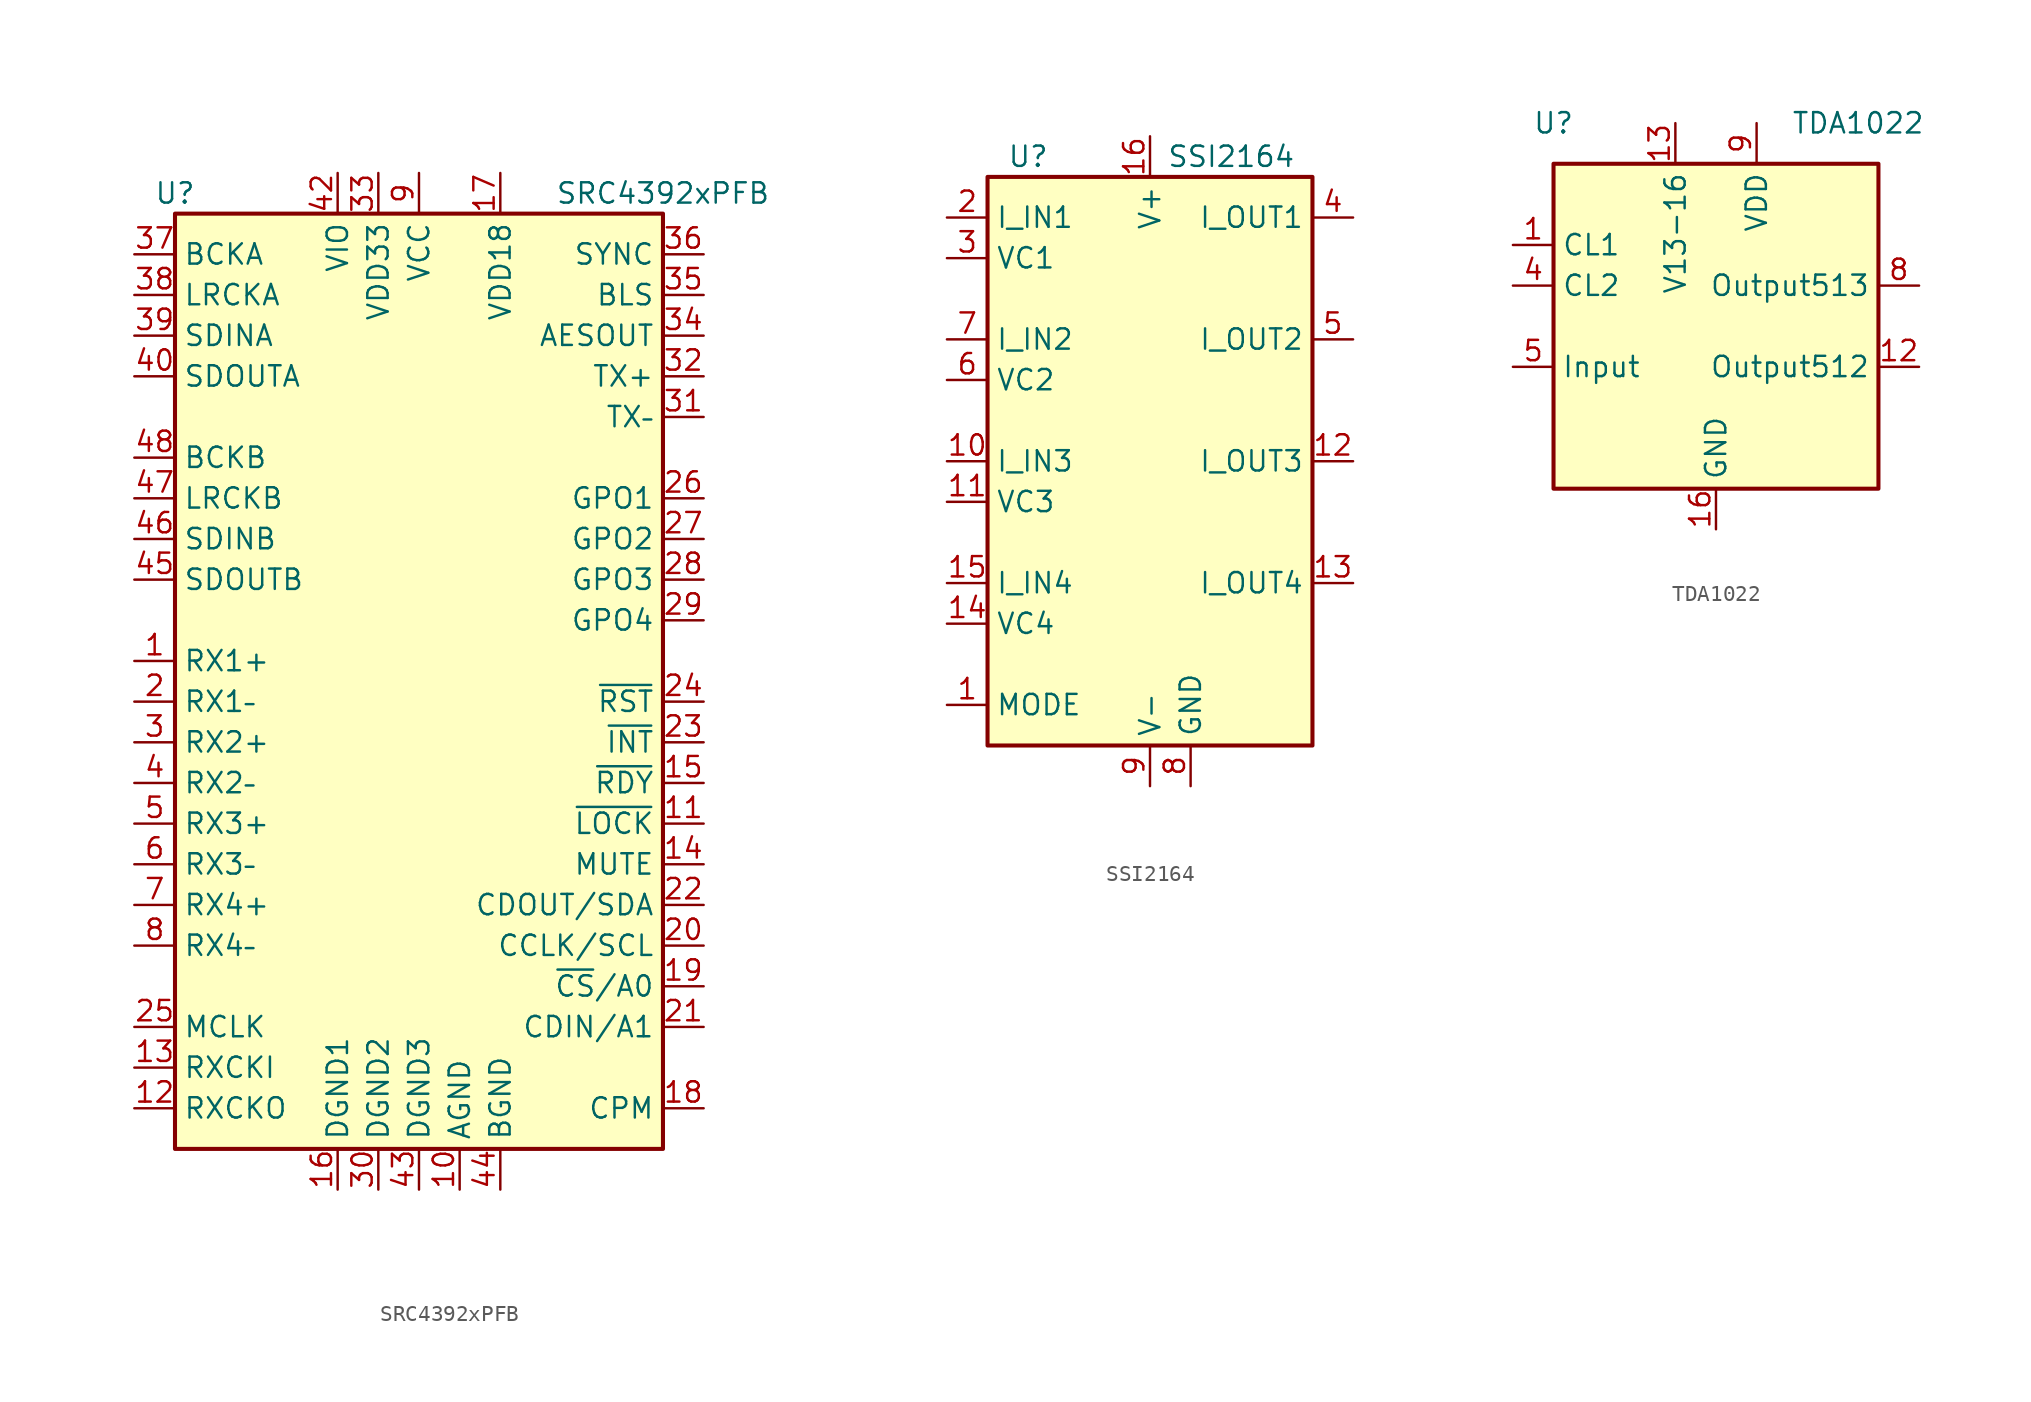
<source format=kicad_sym>
(kicad_symbol_lib
  (version 20231120)
  (generator "kicad_symbol_editor")
  (generator_version "8.0")
  (symbol "SRC4392xPFB"
    (property "Reference" "U"
      (at -15.24 31.75 0)
      (effects (font (size 1.27 1.27))))
    (property "Value" "SRC4392xPFB"
      (at 15.24 31.75 0)
      (effects (font (size 1.27 1.27))))
    (symbol "SRC4392xPFB_0_1"
      (rectangle (start -15.24 30.48) (end 15.24 -27.94) (stroke (width 0.254) (type solid)) (fill (type background))))
    (symbol "SRC4392xPFB_1_1"
      (pin input line (at -17.78 2.54 0) (length 2.54) (name "RX1+" (effects (font (size 1.27 1.27)))) (number "1" (effects (font (size 1.27 1.27)))))
      (pin power_in line (at 2.54 -30.48 90) (length 2.54) (name "AGND" (effects (font (size 1.27 1.27)))) (number "10" (effects (font (size 1.27 1.27)))))
      (pin output line (at 17.78 -7.62 180) (length 2.54) (name "~{LOCK}" (effects (font (size 1.27 1.27)))) (number "11" (effects (font (size 1.27 1.27)))))
      (pin output line (at -17.78 -25.4 0) (length 2.54) (name "RXCKO" (effects (font (size 1.27 1.27)))) (number "12" (effects (font (size 1.27 1.27)))))
      (pin input line (at -17.78 -22.86 0) (length 2.54) (name "RXCKI" (effects (font (size 1.27 1.27)))) (number "13" (effects (font (size 1.27 1.27)))))
      (pin input line (at 17.78 -10.16 180) (length 2.54) (name "MUTE" (effects (font (size 1.27 1.27)))) (number "14" (effects (font (size 1.27 1.27)))))
      (pin output line (at 17.78 -5.08 180) (length 2.54) (name "~{RDY}" (effects (font (size 1.27 1.27)))) (number "15" (effects (font (size 1.27 1.27)))))
      (pin power_in line (at -5.08 -30.48 90) (length 2.54) (name "DGND1" (effects (font (size 1.27 1.27)))) (number "16" (effects (font (size 1.27 1.27)))))
      (pin power_in line (at 5.08 33.02 270) (length 2.54) (name "VDD18" (effects (font (size 1.27 1.27)))) (number "17" (effects (font (size 1.27 1.27)))))
      (pin input line (at 17.78 -25.4 180) (length 2.54) (name "CPM" (effects (font (size 1.27 1.27)))) (number "18" (effects (font (size 1.27 1.27)))))
      (pin input line (at 17.78 -17.78 180) (length 2.54) (name "~{CS}/A0" (effects (font (size 1.27 1.27)))) (number "19" (effects (font (size 1.27 1.27)))))
      (pin input line (at -17.78 0 0) (length 2.54) (name "RX1–" (effects (font (size 1.27 1.27)))) (number "2" (effects (font (size 1.27 1.27)))))
      (pin input line (at 17.78 -15.24 180) (length 2.54) (name "CCLK/SCL" (effects (font (size 1.27 1.27)))) (number "20" (effects (font (size 1.27 1.27)))))
      (pin input line (at 17.78 -20.32 180) (length 2.54) (name "CDIN/A1" (effects (font (size 1.27 1.27)))) (number "21" (effects (font (size 1.27 1.27)))))
      (pin bidirectional line (at 17.78 -12.7 180) (length 2.54) (name "CDOUT/SDA" (effects (font (size 1.27 1.27)))) (number "22" (effects (font (size 1.27 1.27)))))
      (pin open_collector line (at 17.78 -2.54 180) (length 2.54) (name "~{INT}" (effects (font (size 1.27 1.27)))) (number "23" (effects (font (size 1.27 1.27)))))
      (pin input line (at 17.78 0 180) (length 2.54) (name "~{RST}" (effects (font (size 1.27 1.27)))) (number "24" (effects (font (size 1.27 1.27)))))
      (pin input line (at -17.78 -20.32 0) (length 2.54) (name "MCLK" (effects (font (size 1.27 1.27)))) (number "25" (effects (font (size 1.27 1.27)))))
      (pin output line (at 17.78 12.7 180) (length 2.54) (name "GPO1" (effects (font (size 1.27 1.27)))) (number "26" (effects (font (size 1.27 1.27)))))
      (pin output line (at 17.78 10.16 180) (length 2.54) (name "GPO2" (effects (font (size 1.27 1.27)))) (number "27" (effects (font (size 1.27 1.27)))))
      (pin output line (at 17.78 7.62 180) (length 2.54) (name "GPO3" (effects (font (size 1.27 1.27)))) (number "28" (effects (font (size 1.27 1.27)))))
      (pin output line (at 17.78 5.08 180) (length 2.54) (name "GPO4" (effects (font (size 1.27 1.27)))) (number "29" (effects (font (size 1.27 1.27)))))
      (pin input line (at -17.78 -2.54 0) (length 2.54) (name "RX2+" (effects (font (size 1.27 1.27)))) (number "3" (effects (font (size 1.27 1.27)))))
      (pin power_in line (at -2.54 -30.48 90) (length 2.54) (name "DGND2" (effects (font (size 1.27 1.27)))) (number "30" (effects (font (size 1.27 1.27)))))
      (pin output line (at 17.78 17.78 180) (length 2.54) (name "TX–" (effects (font (size 1.27 1.27)))) (number "31" (effects (font (size 1.27 1.27)))))
      (pin output line (at 17.78 20.32 180) (length 2.54) (name "TX+" (effects (font (size 1.27 1.27)))) (number "32" (effects (font (size 1.27 1.27)))))
      (pin power_in line (at -2.54 33.02 270) (length 2.54) (name "VDD33" (effects (font (size 1.27 1.27)))) (number "33" (effects (font (size 1.27 1.27)))))
      (pin output line (at 17.78 22.86 180) (length 2.54) (name "AESOUT" (effects (font (size 1.27 1.27)))) (number "34" (effects (font (size 1.27 1.27)))))
      (pin bidirectional line (at 17.78 25.4 180) (length 2.54) (name "BLS" (effects (font (size 1.27 1.27)))) (number "35" (effects (font (size 1.27 1.27)))))
      (pin output line (at 17.78 27.94 180) (length 2.54) (name "SYNC" (effects (font (size 1.27 1.27)))) (number "36" (effects (font (size 1.27 1.27)))))
      (pin bidirectional line (at -17.78 27.94 0) (length 2.54) (name "BCKA" (effects (font (size 1.27 1.27)))) (number "37" (effects (font (size 1.27 1.27)))))
      (pin bidirectional line (at -17.78 25.4 0) (length 2.54) (name "LRCKA" (effects (font (size 1.27 1.27)))) (number "38" (effects (font (size 1.27 1.27)))))
      (pin input line (at -17.78 22.86 0) (length 2.54) (name "SDINA" (effects (font (size 1.27 1.27)))) (number "39" (effects (font (size 1.27 1.27)))))
      (pin input line (at -17.78 -5.08 0) (length 2.54) (name "RX2–" (effects (font (size 1.27 1.27)))) (number "4" (effects (font (size 1.27 1.27)))))
      (pin output line (at -17.78 20.32 0) (length 2.54) (name "SDOUTA" (effects (font (size 1.27 1.27)))) (number "40" (effects (font (size 1.27 1.27)))))
      (pin no_connect line (at 10.16 -27.94 90) (length 2.54) hide (name "NC" (effects (font (size 1.27 1.27)))) (number "41" (effects (font (size 1.27 1.27)))))
      (pin power_in line (at -5.08 33.02 270) (length 2.54) (name "VIO" (effects (font (size 1.27 1.27)))) (number "42" (effects (font (size 1.27 1.27)))))
      (pin power_in line (at 0 -30.48 90) (length 2.54) (name "DGND3" (effects (font (size 1.27 1.27)))) (number "43" (effects (font (size 1.27 1.27)))))
      (pin power_in line (at 5.08 -30.48 90) (length 2.54) (name "BGND" (effects (font (size 1.27 1.27)))) (number "44" (effects (font (size 1.27 1.27)))))
      (pin output line (at -17.78 7.62 0) (length 2.54) (name "SDOUTB" (effects (font (size 1.27 1.27)))) (number "45" (effects (font (size 1.27 1.27)))))
      (pin input line (at -17.78 10.16 0) (length 2.54) (name "SDINB" (effects (font (size 1.27 1.27)))) (number "46" (effects (font (size 1.27 1.27)))))
      (pin bidirectional line (at -17.78 12.7 0) (length 2.54) (name "LRCKB" (effects (font (size 1.27 1.27)))) (number "47" (effects (font (size 1.27 1.27)))))
      (pin bidirectional line (at -17.78 15.24 0) (length 2.54) (name "BCKB" (effects (font (size 1.27 1.27)))) (number "48" (effects (font (size 1.27 1.27)))))
      (pin input line (at -17.78 -7.62 0) (length 2.54) (name "RX3+" (effects (font (size 1.27 1.27)))) (number "5" (effects (font (size 1.27 1.27)))))
      (pin input line (at -17.78 -10.16 0) (length 2.54) (name "RX3–" (effects (font (size 1.27 1.27)))) (number "6" (effects (font (size 1.27 1.27)))))
      (pin input line (at -17.78 -12.7 0) (length 2.54) (name "RX4+" (effects (font (size 1.27 1.27)))) (number "7" (effects (font (size 1.27 1.27)))))
      (pin input line (at -17.78 -15.24 0) (length 2.54) (name "RX4–" (effects (font (size 1.27 1.27)))) (number "8" (effects (font (size 1.27 1.27)))))
      (pin power_in line (at 0 33.02 270) (length 2.54) (name "VCC" (effects (font (size 1.27 1.27)))) (number "9" (effects (font (size 1.27 1.27)))))))
  (symbol "SSI2164"
    (property "Reference" "U"
      (at -7.62 19.05 0)
      (effects (font (size 1.27 1.27))))
    (property "Value" "SSI2164"
      (at 5.08 19.05 0)
      (effects (font (size 1.27 1.27))))
    (symbol "SSI2164_0_1"
      (rectangle (start -10.16 17.78) (end 10.16 -17.78) (stroke (width 0.254) (type solid)) (fill (type background))))
    (symbol "SSI2164_1_1"
      (pin passive line (at -12.7 -15.24 0) (length 2.54) (name "MODE" (effects (font (size 1.27 1.27)))) (number "1" (effects (font (size 1.27 1.27)))))
      (pin input line (at -12.7 0 0) (length 2.54) (name "I_IN3" (effects (font (size 1.27 1.27)))) (number "10" (effects (font (size 1.27 1.27)))))
      (pin passive line (at -12.7 -2.54 0) (length 2.54) (name "VC3" (effects (font (size 1.27 1.27)))) (number "11" (effects (font (size 1.27 1.27)))))
      (pin output line (at 12.7 0 180) (length 2.54) (name "I_OUT3" (effects (font (size 1.27 1.27)))) (number "12" (effects (font (size 1.27 1.27)))))
      (pin output line (at 12.7 -7.62 180) (length 2.54) (name "I_OUT4" (effects (font (size 1.27 1.27)))) (number "13" (effects (font (size 1.27 1.27)))))
      (pin passive line (at -12.7 -10.16 0) (length 2.54) (name "VC4" (effects (font (size 1.27 1.27)))) (number "14" (effects (font (size 1.27 1.27)))))
      (pin input line (at -12.7 -7.62 0) (length 2.54) (name "I_IN4" (effects (font (size 1.27 1.27)))) (number "15" (effects (font (size 1.27 1.27)))))
      (pin power_in line (at 0 20.32 270) (length 2.54) (name "V+" (effects (font (size 1.27 1.27)))) (number "16" (effects (font (size 1.27 1.27)))))
      (pin input line (at -12.7 15.24 0) (length 2.54) (name "I_IN1" (effects (font (size 1.27 1.27)))) (number "2" (effects (font (size 1.27 1.27)))))
      (pin passive line (at -12.7 12.7 0) (length 2.54) (name "VC1" (effects (font (size 1.27 1.27)))) (number "3" (effects (font (size 1.27 1.27)))))
      (pin output line (at 12.7 15.24 180) (length 2.54) (name "I_OUT1" (effects (font (size 1.27 1.27)))) (number "4" (effects (font (size 1.27 1.27)))))
      (pin output line (at 12.7 7.62 180) (length 2.54) (name "I_OUT2" (effects (font (size 1.27 1.27)))) (number "5" (effects (font (size 1.27 1.27)))))
      (pin passive line (at -12.7 5.08 0) (length 2.54) (name "VC2" (effects (font (size 1.27 1.27)))) (number "6" (effects (font (size 1.27 1.27)))))
      (pin input line (at -12.7 7.62 0) (length 2.54) (name "I_IN2" (effects (font (size 1.27 1.27)))) (number "7" (effects (font (size 1.27 1.27)))))
      (pin power_in line (at 2.54 -20.32 90) (length 2.54) (name "GND" (effects (font (size 1.27 1.27)))) (number "8" (effects (font (size 1.27 1.27)))))
      (pin power_in line (at 0 -20.32 90) (length 2.54) (name "V-" (effects (font (size 1.27 1.27)))) (number "9" (effects (font (size 1.27 1.27)))))))
  (symbol "TDA1022"
    (property "Reference" "U"
      (at -10.16 12.7 0)
      (effects (font (size 1.27 1.27))))
    (property "Value" "TDA1022"
      (at 8.89 12.7 0)
      (effects (font (size 1.27 1.27))))
    (symbol "TDA1022_0_1"
      (rectangle (start -10.16 10.16) (end 10.16 -10.16) (stroke (width 0.254) (type solid)) (fill (type background))))
    (symbol "TDA1022_1_1"
      (pin input line (at -12.7 5.08 0) (length 2.54) (name "CL1" (effects (font (size 1.27 1.27)))) (number "1" (effects (font (size 1.27 1.27)))))
      (pin no_connect line (at 2.54 -12.7 90) (length 2.54) hide (name "NC" (effects (font (size 1.27 1.27)))) (number "10" (effects (font (size 1.27 1.27)))))
      (pin no_connect line (at 5.08 -12.7 90) (length 2.54) hide (name "NC" (effects (font (size 1.27 1.27)))) (number "11" (effects (font (size 1.27 1.27)))))
      (pin output line (at 12.7 -2.54 180) (length 2.54) (name "Output512" (effects (font (size 1.27 1.27)))) (number "12" (effects (font (size 1.27 1.27)))))
      (pin power_in line (at -2.54 12.7 270) (length 2.54) (name "V13-16" (effects (font (size 1.27 1.27)))) (number "13" (effects (font (size 1.27 1.27)))))
      (pin no_connect line (at 12.7 -5.08 180) (length 2.54) hide (name "NC" (effects (font (size 1.27 1.27)))) (number "14" (effects (font (size 1.27 1.27)))))
      (pin no_connect line (at 12.7 -7.62 180) (length 2.54) hide (name "NC" (effects (font (size 1.27 1.27)))) (number "15" (effects (font (size 1.27 1.27)))))
      (pin power_in line (at 0 -12.7 90) (length 2.54) (name "GND" (effects (font (size 1.27 1.27)))) (number "16" (effects (font (size 1.27 1.27)))))
      (pin no_connect line (at -12.7 -5.08 0) (length 2.54) hide (name "NC" (effects (font (size 1.27 1.27)))) (number "2" (effects (font (size 1.27 1.27)))))
      (pin no_connect line (at -12.7 -7.62 0) (length 2.54) hide (name "NC" (effects (font (size 1.27 1.27)))) (number "3" (effects (font (size 1.27 1.27)))))
      (pin input line (at -12.7 2.54 0) (length 2.54) (name "CL2" (effects (font (size 1.27 1.27)))) (number "4" (effects (font (size 1.27 1.27)))))
      (pin input line (at -12.7 -2.54 0) (length 2.54) (name "Input" (effects (font (size 1.27 1.27)))) (number "5" (effects (font (size 1.27 1.27)))))
      (pin no_connect line (at -5.08 -12.7 90) (length 2.54) hide (name "NC" (effects (font (size 1.27 1.27)))) (number "6" (effects (font (size 1.27 1.27)))))
      (pin no_connect line (at -2.54 -12.7 90) (length 2.54) hide (name "NC" (effects (font (size 1.27 1.27)))) (number "7" (effects (font (size 1.27 1.27)))))
      (pin output line (at 12.7 2.54 180) (length 2.54) (name "Output513" (effects (font (size 1.27 1.27)))) (number "8" (effects (font (size 1.27 1.27)))))
      (pin power_in line (at 2.54 12.7 270) (length 2.54) (name "VDD" (effects (font (size 1.27 1.27)))) (number "9" (effects (font (size 1.27 1.27))))))))
</source>
